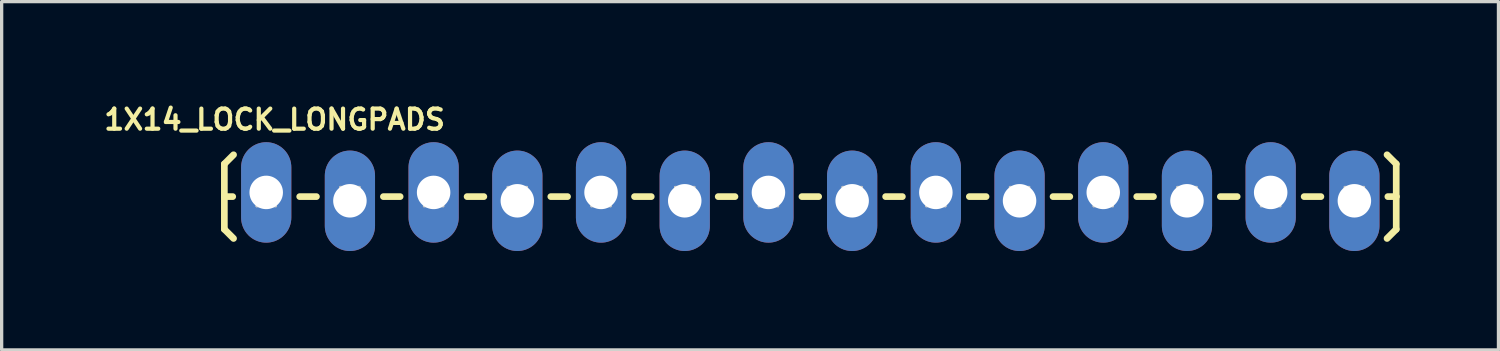
<source format=kicad_pcb>
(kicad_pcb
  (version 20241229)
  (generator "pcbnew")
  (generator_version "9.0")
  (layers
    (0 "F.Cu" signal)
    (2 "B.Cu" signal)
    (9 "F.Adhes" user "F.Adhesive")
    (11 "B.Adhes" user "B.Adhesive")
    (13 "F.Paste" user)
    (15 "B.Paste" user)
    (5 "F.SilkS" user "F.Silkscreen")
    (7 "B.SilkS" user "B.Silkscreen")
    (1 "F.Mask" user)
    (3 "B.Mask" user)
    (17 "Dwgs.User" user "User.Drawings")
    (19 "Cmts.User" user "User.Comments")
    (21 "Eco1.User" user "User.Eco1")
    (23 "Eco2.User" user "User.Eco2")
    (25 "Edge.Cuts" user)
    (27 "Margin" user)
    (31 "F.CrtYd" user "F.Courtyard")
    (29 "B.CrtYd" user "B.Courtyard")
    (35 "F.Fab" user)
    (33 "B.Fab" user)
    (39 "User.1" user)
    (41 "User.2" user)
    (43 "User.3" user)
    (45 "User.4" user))
  (footprint "1X14_LOCK_LONGPADS"
    (layer "F.Cu")
    (at 5.028 2.916)
    (property "Reference" "1X14_LOCK_LONGPADS" (at 0.254 -2.337 0) (layer "F.SilkS") (effects (font (size 0.61 0.61) (thickness 0.127))))
    (attr exclude_from_pos_files exclude_from_bom)
    (fp_line (start -1.27 -0.991) (end -0.991 -1.27) (stroke (width 0.203) (type solid)) (layer "F.SilkS"))
    (fp_line (start -1.27 0) (end -1.27 -0.991) (stroke (width 0.203) (type solid)) (layer "F.SilkS"))
    (fp_line (start -1.27 0) (end -1.27 0.991) (stroke (width 0.203) (type solid)) (layer "F.SilkS"))
    (fp_line (start -1.27 0) (end -1.016 0) (stroke (width 0.203) (type solid)) (layer "F.SilkS"))
    (fp_line (start -1.27 0.991) (end -0.991 1.27) (stroke (width 0.203) (type solid)) (layer "F.SilkS"))
    (fp_line (start 1.524 0) (end 1.016 0) (stroke (width 0.203) (type solid)) (layer "F.SilkS"))
    (fp_line (start 4.064 0) (end 3.556 0) (stroke (width 0.203) (type solid)) (layer "F.SilkS"))
    (fp_line (start 6.604 0) (end 6.096 0) (stroke (width 0.203) (type solid)) (layer "F.SilkS"))
    (fp_line (start 9.144 0) (end 8.636 0) (stroke (width 0.203) (type solid)) (layer "F.SilkS"))
    (fp_line (start 11.684 0) (end 11.176 0) (stroke (width 0.203) (type solid)) (layer "F.SilkS"))
    (fp_line (start 14.224 0) (end 13.716 0) (stroke (width 0.203) (type solid)) (layer "F.SilkS"))
    (fp_line (start 16.764 0) (end 16.256 0) (stroke (width 0.203) (type solid)) (layer "F.SilkS"))
    (fp_line (start 19.304 0) (end 18.796 0) (stroke (width 0.203) (type solid)) (layer "F.SilkS"))
    (fp_line (start 21.844 0) (end 21.336 0) (stroke (width 0.203) (type solid)) (layer "F.SilkS"))
    (fp_line (start 24.384 0) (end 23.876 0) (stroke (width 0.203) (type solid)) (layer "F.SilkS"))
    (fp_line (start 26.924 0) (end 26.416 0) (stroke (width 0.203) (type solid)) (layer "F.SilkS"))
    (fp_line (start 29.464 0) (end 28.953 0) (stroke (width 0.203) (type solid)) (layer "F.SilkS"))
    (fp_line (start 32.004 0) (end 31.496 0) (stroke (width 0.203) (type solid)) (layer "F.SilkS"))
    (fp_line (start 34.29 -0.991) (end 34.011 -1.27) (stroke (width 0.203) (type solid)) (layer "F.SilkS"))
    (fp_line (start 34.29 0) (end 34.036 0) (stroke (width 0.203) (type solid)) (layer "F.SilkS"))
    (fp_line (start 34.29 0) (end 34.29 -0.991) (stroke (width 0.203) (type solid)) (layer "F.SilkS"))
    (fp_line (start 34.29 0) (end 34.29 0.991) (stroke (width 0.203) (type solid)) (layer "F.SilkS"))
    (fp_line (start 34.29 0.991) (end 34.011 1.27) (stroke (width 0.203) (type solid)) (layer "F.SilkS"))
    (fp_line (start -0.292 -0.292) (end 0.292 -0.292) (stroke (width 0.066) (type solid)) (layer "Dwgs.User"))
    (fp_line (start -0.292 0.292) (end -0.292 -0.292) (stroke (width 0.066) (type solid)) (layer "Dwgs.User"))
    (fp_line (start -0.292 0.292) (end 0.292 0.292) (stroke (width 0.066) (type solid)) (layer "Dwgs.User"))
    (fp_line (start 0.292 0.292) (end 0.292 -0.292) (stroke (width 0.066) (type solid)) (layer "Dwgs.User"))
    (fp_line (start 2.248 -0.292) (end 2.832 -0.292) (stroke (width 0.066) (type solid)) (layer "Dwgs.User"))
    (fp_line (start 2.248 0.292) (end 2.248 -0.292) (stroke (width 0.066) (type solid)) (layer "Dwgs.User"))
    (fp_line (start 2.248 0.292) (end 2.832 0.292) (stroke (width 0.066) (type solid)) (layer "Dwgs.User"))
    (fp_line (start 2.832 0.292) (end 2.832 -0.292) (stroke (width 0.066) (type solid)) (layer "Dwgs.User"))
    (fp_line (start 4.788 -0.292) (end 5.372 -0.292) (stroke (width 0.066) (type solid)) (layer "Dwgs.User"))
    (fp_line (start 4.788 0.292) (end 4.788 -0.292) (stroke (width 0.066) (type solid)) (layer "Dwgs.User"))
    (fp_line (start 4.788 0.292) (end 5.372 0.292) (stroke (width 0.066) (type solid)) (layer "Dwgs.User"))
    (fp_line (start 5.372 0.292) (end 5.372 -0.292) (stroke (width 0.066) (type solid)) (layer "Dwgs.User"))
    (fp_line (start 7.328 -0.292) (end 7.912 -0.292) (stroke (width 0.066) (type solid)) (layer "Dwgs.User"))
    (fp_line (start 7.328 0.292) (end 7.328 -0.292) (stroke (width 0.066) (type solid)) (layer "Dwgs.User"))
    (fp_line (start 7.328 0.292) (end 7.912 0.292) (stroke (width 0.066) (type solid)) (layer "Dwgs.User"))
    (fp_line (start 7.912 0.292) (end 7.912 -0.292) (stroke (width 0.066) (type solid)) (layer "Dwgs.User"))
    (fp_line (start 9.868 -0.292) (end 10.452 -0.292) (stroke (width 0.066) (type solid)) (layer "Dwgs.User"))
    (fp_line (start 9.868 0.292) (end 9.868 -0.292) (stroke (width 0.066) (type solid)) (layer "Dwgs.User"))
    (fp_line (start 9.868 0.292) (end 10.452 0.292) (stroke (width 0.066) (type solid)) (layer "Dwgs.User"))
    (fp_line (start 10.452 0.292) (end 10.452 -0.292) (stroke (width 0.066) (type solid)) (layer "Dwgs.User"))
    (fp_line (start 12.408 -0.292) (end 12.992 -0.292) (stroke (width 0.066) (type solid)) (layer "Dwgs.User"))
    (fp_line (start 12.408 0.292) (end 12.408 -0.292) (stroke (width 0.066) (type solid)) (layer "Dwgs.User"))
    (fp_line (start 12.408 0.292) (end 12.992 0.292) (stroke (width 0.066) (type solid)) (layer "Dwgs.User"))
    (fp_line (start 12.992 0.292) (end 12.992 -0.292) (stroke (width 0.066) (type solid)) (layer "Dwgs.User"))
    (fp_line (start 14.948 -0.292) (end 15.532 -0.292) (stroke (width 0.066) (type solid)) (layer "Dwgs.User"))
    (fp_line (start 14.948 0.292) (end 14.948 -0.292) (stroke (width 0.066) (type solid)) (layer "Dwgs.User"))
    (fp_line (start 14.948 0.292) (end 15.532 0.292) (stroke (width 0.066) (type solid)) (layer "Dwgs.User"))
    (fp_line (start 15.532 0.292) (end 15.532 -0.292) (stroke (width 0.066) (type solid)) (layer "Dwgs.User"))
    (fp_line (start 17.488 -0.292) (end 18.072 -0.292) (stroke (width 0.066) (type solid)) (layer "Dwgs.User"))
    (fp_line (start 17.488 0.292) (end 17.488 -0.292) (stroke (width 0.066) (type solid)) (layer "Dwgs.User"))
    (fp_line (start 17.488 0.292) (end 18.072 0.292) (stroke (width 0.066) (type solid)) (layer "Dwgs.User"))
    (fp_line (start 18.072 0.292) (end 18.072 -0.292) (stroke (width 0.066) (type solid)) (layer "Dwgs.User"))
    (fp_line (start 20.028 -0.292) (end 20.612 -0.292) (stroke (width 0.066) (type solid)) (layer "Dwgs.User"))
    (fp_line (start 20.028 0.292) (end 20.028 -0.292) (stroke (width 0.066) (type solid)) (layer "Dwgs.User"))
    (fp_line (start 20.028 0.292) (end 20.612 0.292) (stroke (width 0.066) (type solid)) (layer "Dwgs.User"))
    (fp_line (start 20.612 0.292) (end 20.612 -0.292) (stroke (width 0.066) (type solid)) (layer "Dwgs.User"))
    (fp_line (start 22.568 -0.292) (end 23.152 -0.292) (stroke (width 0.066) (type solid)) (layer "Dwgs.User"))
    (fp_line (start 22.568 0.292) (end 22.568 -0.292) (stroke (width 0.066) (type solid)) (layer "Dwgs.User"))
    (fp_line (start 22.568 0.292) (end 23.152 0.292) (stroke (width 0.066) (type solid)) (layer "Dwgs.User"))
    (fp_line (start 23.152 0.292) (end 23.152 -0.292) (stroke (width 0.066) (type solid)) (layer "Dwgs.User"))
    (fp_line (start 25.108 -0.292) (end 25.692 -0.292) (stroke (width 0.066) (type solid)) (layer "Dwgs.User"))
    (fp_line (start 25.108 0.292) (end 25.108 -0.292) (stroke (width 0.066) (type solid)) (layer "Dwgs.User"))
    (fp_line (start 25.108 0.292) (end 25.692 0.292) (stroke (width 0.066) (type solid)) (layer "Dwgs.User"))
    (fp_line (start 25.692 0.292) (end 25.692 -0.292) (stroke (width 0.066) (type solid)) (layer "Dwgs.User"))
    (fp_line (start 27.648 -0.292) (end 28.232 -0.292) (stroke (width 0.066) (type solid)) (layer "Dwgs.User"))
    (fp_line (start 27.648 0.292) (end 27.648 -0.292) (stroke (width 0.066) (type solid)) (layer "Dwgs.User"))
    (fp_line (start 27.648 0.292) (end 28.232 0.292) (stroke (width 0.066) (type solid)) (layer "Dwgs.User"))
    (fp_line (start 28.232 0.292) (end 28.232 -0.292) (stroke (width 0.066) (type solid)) (layer "Dwgs.User"))
    (fp_line (start 30.185 -0.292) (end 30.772 -0.292) (stroke (width 0.066) (type solid)) (layer "Dwgs.User"))
    (fp_line (start 30.185 0.292) (end 30.185 -0.292) (stroke (width 0.066) (type solid)) (layer "Dwgs.User"))
    (fp_line (start 30.185 0.292) (end 30.772 0.292) (stroke (width 0.066) (type solid)) (layer "Dwgs.User"))
    (fp_line (start 30.772 0.292) (end 30.772 -0.292) (stroke (width 0.066) (type solid)) (layer "Dwgs.User"))
    (fp_line (start 32.728 -0.292) (end 33.312 -0.292) (stroke (width 0.066) (type solid)) (layer "Dwgs.User"))
    (fp_line (start 32.728 0.292) (end 32.728 -0.292) (stroke (width 0.066) (type solid)) (layer "Dwgs.User"))
    (fp_line (start 32.728 0.292) (end 33.312 0.292) (stroke (width 0.066) (type solid)) (layer "Dwgs.User"))
    (fp_line (start 33.312 0.292) (end 33.312 -0.292) (stroke (width 0.066) (type solid)) (layer "Dwgs.User"))
    (pad "1" thru_hole oval (at 0 -0.127 180) (size 1.524 3.048) (drill 1.016) (layers "*.Cu" "*.Paste" "*.Mask"))
    (pad "2" thru_hole oval (at 2.54 0.127 180) (size 1.524 3.048) (drill 1.016) (layers "*.Cu" "*.Paste" "*.Mask"))
    (pad "3" thru_hole oval (at 5.08 -0.127 180) (size 1.524 3.048) (drill 1.016) (layers "*.Cu" "*.Paste" "*.Mask"))
    (pad "4" thru_hole oval (at 7.62 0.127 180) (size 1.524 3.048) (drill 1.016) (layers "*.Cu" "*.Paste" "*.Mask"))
    (pad "5" thru_hole oval (at 10.16 -0.127 180) (size 1.524 3.048) (drill 1.016) (layers "*.Cu" "*.Paste" "*.Mask"))
    (pad "6" thru_hole oval (at 12.7 0.127 180) (size 1.524 3.048) (drill 1.016) (layers "*.Cu" "*.Paste" "*.Mask"))
    (pad "7" thru_hole oval (at 15.24 -0.127 180) (size 1.524 3.048) (drill 1.016) (layers "*.Cu" "*.Paste" "*.Mask"))
    (pad "8" thru_hole oval (at 17.78 0.127 180) (size 1.524 3.048) (drill 1.016) (layers "*.Cu" "*.Paste" "*.Mask"))
    (pad "9" thru_hole oval (at 20.32 -0.127 180) (size 1.524 3.048) (drill 1.016) (layers "*.Cu" "*.Paste" "*.Mask"))
    (pad "10" thru_hole oval (at 22.86 0.127 180) (size 1.524 3.048) (drill 1.016) (layers "*.Cu" "*.Paste" "*.Mask"))
    (pad "11" thru_hole oval (at 25.4 -0.127 180) (size 1.524 3.048) (drill 1.016) (layers "*.Cu" "*.Paste" "*.Mask"))
    (pad "12" thru_hole oval (at 27.94 0.127 180) (size 1.524 3.048) (drill 1.016) (layers "*.Cu" "*.Paste" "*.Mask"))
    (pad "13" thru_hole oval (at 30.48 -0.127 180) (size 1.524 3.048) (drill 1.016) (layers "*.Cu" "*.Paste" "*.Mask"))
    (pad "14" thru_hole oval (at 33.02 0.127 180) (size 1.524 3.048) (drill 1.016) (layers "*.Cu" "*.Paste" "*.Mask")))
  (gr_rect
    (start -3 -3)
    (end 42.42 7.567)
    (stroke (width 0.1) (type default))
    (fill no)
    (layer "Edge.Cuts")))
</source>
